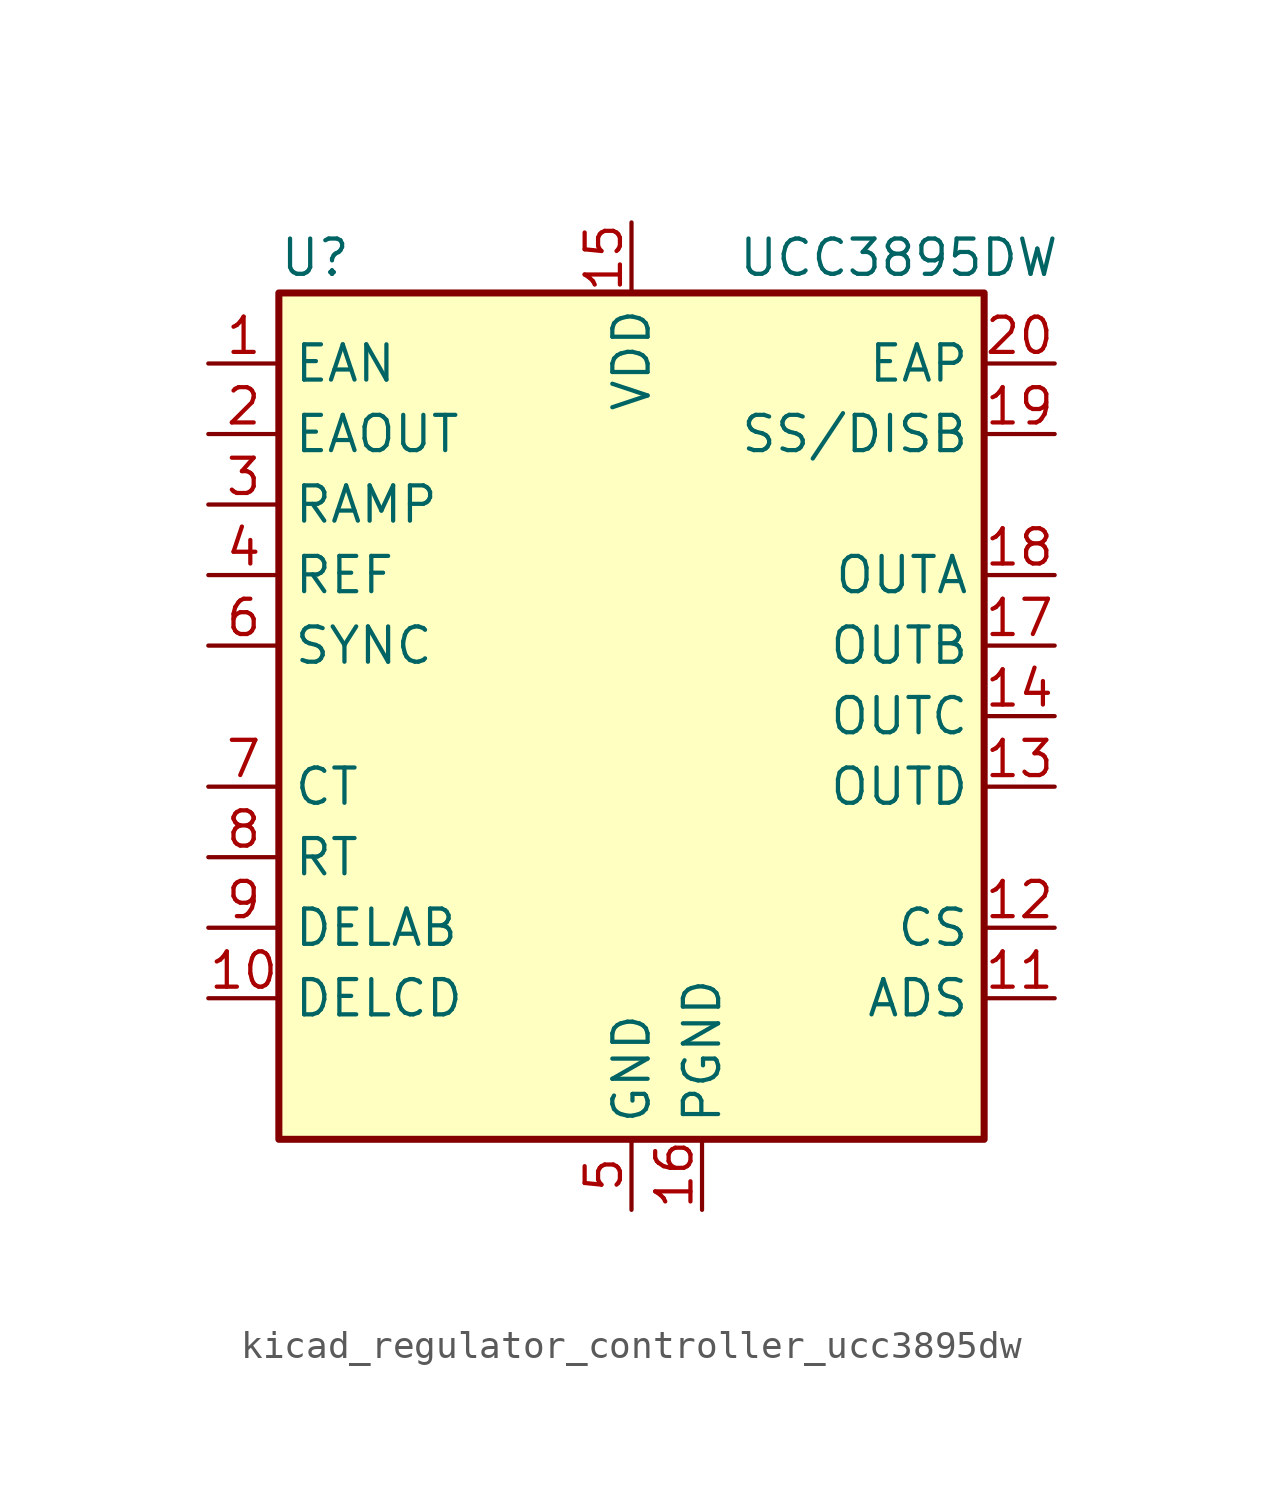
<source format=kicad_sym>
(kicad_symbol_lib
  (version 20220914)
  (generator kicad_symbol_editor)
  (symbol "kicad_regulator_controller_ucc3895dw"
    (property "Reference" "U"
      (at -12.7 16.51 0)
      (effects (font (size 1.27 1.27)) (justify left)))
    (property "Value" "UCC3895DW"
      (at 3.81 16.51 0)
      (effects (font (size 1.27 1.27)) (justify left)))
    (symbol "kicad_regulator_controller_ucc3895dw_0_1"
      (rectangle (start -12.7 15.24) (end 12.7 -15.24) (stroke (width 0.254) (type default)) (fill (type background))))
    (symbol "kicad_regulator_controller_ucc3895dw_1_1"
      (pin input line (at -15.24 12.7 0) (length 2.54) (name "EAN" (effects (font (size 1.27 1.27)))) (number "1" (effects (font (size 1.27 1.27)))))
      (pin passive line (at -15.24 -10.16 0) (length 2.54) (name "DELCD" (effects (font (size 1.27 1.27)))) (number "10" (effects (font (size 1.27 1.27)))))
      (pin input line (at 15.24 -10.16 180) (length 2.54) (name "ADS" (effects (font (size 1.27 1.27)))) (number "11" (effects (font (size 1.27 1.27)))))
      (pin input line (at 15.24 -7.62 180) (length 2.54) (name "CS" (effects (font (size 1.27 1.27)))) (number "12" (effects (font (size 1.27 1.27)))))
      (pin output line (at 15.24 -2.54 180) (length 2.54) (name "OUTD" (effects (font (size 1.27 1.27)))) (number "13" (effects (font (size 1.27 1.27)))))
      (pin output line (at 15.24 0 180) (length 2.54) (name "OUTC" (effects (font (size 1.27 1.27)))) (number "14" (effects (font (size 1.27 1.27)))))
      (pin power_in line (at 0 17.78 270) (length 2.54) (name "VDD" (effects (font (size 1.27 1.27)))) (number "15" (effects (font (size 1.27 1.27)))))
      (pin power_in line (at 2.54 -17.78 90) (length 2.54) (name "PGND" (effects (font (size 1.27 1.27)))) (number "16" (effects (font (size 1.27 1.27)))))
      (pin output line (at 15.24 2.54 180) (length 2.54) (name "OUTB" (effects (font (size 1.27 1.27)))) (number "17" (effects (font (size 1.27 1.27)))))
      (pin output line (at 15.24 5.08 180) (length 2.54) (name "OUTA" (effects (font (size 1.27 1.27)))) (number "18" (effects (font (size 1.27 1.27)))))
      (pin passive line (at 15.24 10.16 180) (length 2.54) (name "SS/DISB" (effects (font (size 1.27 1.27)))) (number "19" (effects (font (size 1.27 1.27)))))
      (pin bidirectional line (at -15.24 10.16 0) (length 2.54) (name "EAOUT" (effects (font (size 1.27 1.27)))) (number "2" (effects (font (size 1.27 1.27)))))
      (pin input line (at 15.24 12.7 180) (length 2.54) (name "EAP" (effects (font (size 1.27 1.27)))) (number "20" (effects (font (size 1.27 1.27)))))
      (pin input line (at -15.24 7.62 0) (length 2.54) (name "RAMP" (effects (font (size 1.27 1.27)))) (number "3" (effects (font (size 1.27 1.27)))))
      (pin output line (at -15.24 5.08 0) (length 2.54) (name "REF" (effects (font (size 1.27 1.27)))) (number "4" (effects (font (size 1.27 1.27)))))
      (pin power_in line (at 0 -17.78 90) (length 2.54) (name "GND" (effects (font (size 1.27 1.27)))) (number "5" (effects (font (size 1.27 1.27)))))
      (pin bidirectional line (at -15.24 2.54 0) (length 2.54) (name "SYNC" (effects (font (size 1.27 1.27)))) (number "6" (effects (font (size 1.27 1.27)))))
      (pin passive line (at -15.24 -2.54 0) (length 2.54) (name "CT" (effects (font (size 1.27 1.27)))) (number "7" (effects (font (size 1.27 1.27)))))
      (pin passive line (at -15.24 -5.08 0) (length 2.54) (name "RT" (effects (font (size 1.27 1.27)))) (number "8" (effects (font (size 1.27 1.27)))))
      (pin passive line (at -15.24 -7.62 0) (length 2.54) (name "DELAB" (effects (font (size 1.27 1.27)))) (number "9" (effects (font (size 1.27 1.27))))))))
</source>
